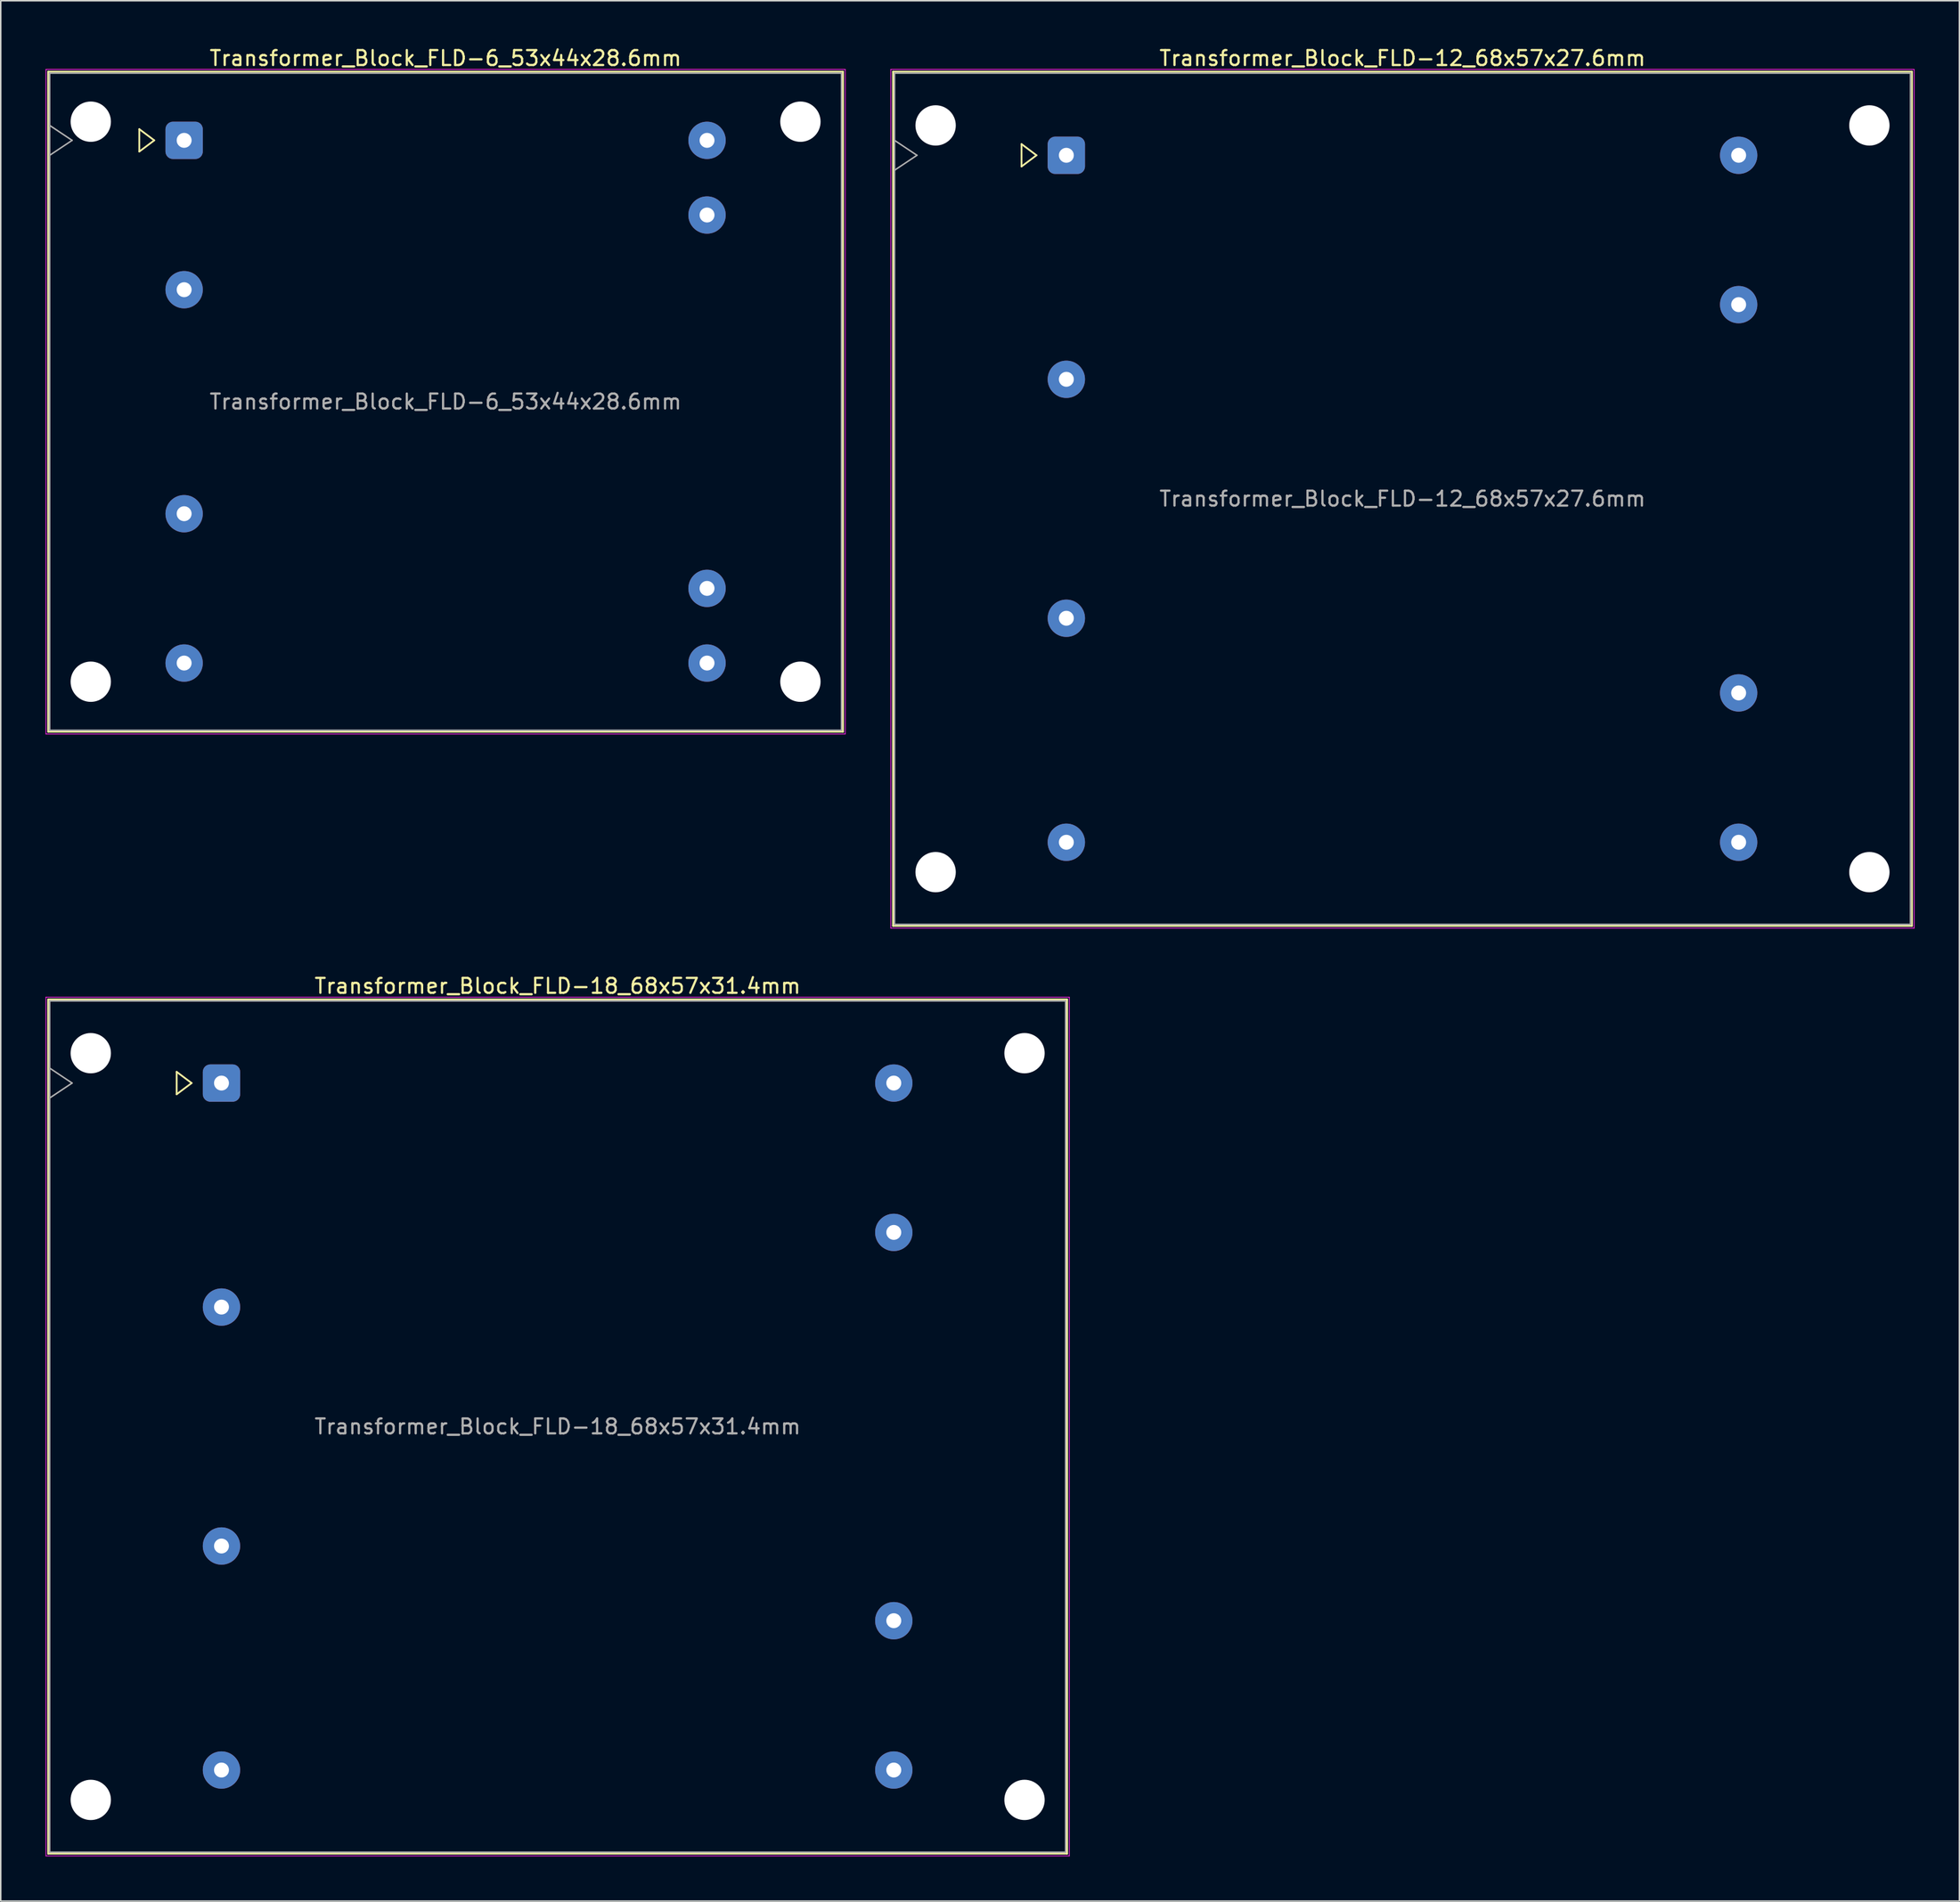
<source format=kicad_pcb>
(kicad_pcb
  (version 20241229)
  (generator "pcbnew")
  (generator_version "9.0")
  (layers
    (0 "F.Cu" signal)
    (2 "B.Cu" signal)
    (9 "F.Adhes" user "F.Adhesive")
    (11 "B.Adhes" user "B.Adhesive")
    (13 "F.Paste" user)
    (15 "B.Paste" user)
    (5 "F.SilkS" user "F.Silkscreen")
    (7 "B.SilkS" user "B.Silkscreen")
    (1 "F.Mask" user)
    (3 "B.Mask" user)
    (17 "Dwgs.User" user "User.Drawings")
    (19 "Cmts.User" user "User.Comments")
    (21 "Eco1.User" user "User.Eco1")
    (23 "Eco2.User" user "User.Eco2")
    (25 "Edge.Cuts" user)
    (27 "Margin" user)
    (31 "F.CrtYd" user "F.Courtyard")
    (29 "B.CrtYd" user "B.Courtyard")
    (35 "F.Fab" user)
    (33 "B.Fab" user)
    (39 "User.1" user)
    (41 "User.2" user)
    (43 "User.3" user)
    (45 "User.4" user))
  (footprint "Transformer_Block_FLD-12_68x57x27.6mm"
    (layer "F.Cu")
    (at 68.325 7.348)
    (property "Reference" "Transformer_Block_FLD-12_68x57x27.6mm" (at 22.5 -6.5 0) (layer "F.SilkS") (effects (font (size 1 1) (thickness 0.15))))
    (attr through_hole)
    (fp_line (start -11.6 -5.6) (end -11.6 51.6) (stroke (width 0.12) (type solid)) (layer "F.SilkS"))
    (fp_line (start -11.6 51.6) (end 56.6 51.6) (stroke (width 0.12) (type solid)) (layer "F.SilkS"))
    (fp_line (start -3 -0.75) (end -2 0) (stroke (width 0.12) (type solid)) (layer "F.SilkS"))
    (fp_line (start -3 0.75) (end -3 -0.75) (stroke (width 0.12) (type solid)) (layer "F.SilkS"))
    (fp_line (start -2 0) (end -3 0.75) (stroke (width 0.12) (type solid)) (layer "F.SilkS"))
    (fp_line (start 56.6 -5.6) (end -11.6 -5.6) (stroke (width 0.12) (type solid)) (layer "F.SilkS"))
    (fp_line (start 56.6 51.6) (end 56.6 -5.6) (stroke (width 0.12) (type solid)) (layer "F.SilkS"))
    (fp_line (start -11.75 -5.75) (end -11.75 51.75) (stroke (width 0.05) (type solid)) (layer "F.CrtYd"))
    (fp_line (start -11.75 51.75) (end 56.75 51.75) (stroke (width 0.05) (type solid)) (layer "F.CrtYd"))
    (fp_line (start 56.75 -5.75) (end -11.75 -5.75) (stroke (width 0.05) (type solid)) (layer "F.CrtYd"))
    (fp_line (start 56.75 51.75) (end 56.75 -5.75) (stroke (width 0.05) (type solid)) (layer "F.CrtYd"))
    (fp_line (start -11.5 -5.5) (end -11.5 51.5) (stroke (width 0.1) (type solid)) (layer "F.Fab"))
    (fp_line (start -11.5 -1) (end -10 0) (stroke (width 0.1) (type solid)) (layer "F.Fab"))
    (fp_line (start -11.5 51.5) (end 56.5 51.5) (stroke (width 0.1) (type solid)) (layer "F.Fab"))
    (fp_line (start -10 0) (end -11.5 1) (stroke (width 0.1) (type solid)) (layer "F.Fab"))
    (fp_line (start 56.5 -5.5) (end -11.5 -5.5) (stroke (width 0.1) (type solid)) (layer "F.Fab"))
    (fp_line (start 56.5 51.5) (end 56.5 -5.5) (stroke (width 0.1) (type solid)) (layer "F.Fab"))
    (fp_text user "${REFERENCE}" (at 22.5 23 0) (layer "F.Fab") (effects (font (size 1 1) (thickness 0.15))))
    (pad "" np_thru_hole circle (at -8.75 -2) (size 2.7 2.7) (drill 2.7) (layers "*.Cu" "*.Mask"))
    (pad "" np_thru_hole circle (at -8.75 48) (size 2.7 2.7) (drill 2.7) (layers "*.Cu" "*.Mask"))
    (pad "" np_thru_hole circle (at 53.75 -2) (size 2.7 2.7) (drill 2.7) (layers "*.Cu" "*.Mask"))
    (pad "" np_thru_hole circle (at 53.75 48) (size 2.7 2.7) (drill 2.7) (layers "*.Cu" "*.Mask"))
    (pad "1" thru_hole roundrect (at 0 0) (size 2.5 2.5) (drill 1) (layers "*.Cu" "*.Mask") (roundrect_rratio 0.2))
    (pad "2" thru_hole circle (at 0 15) (size 2.5 2.5) (drill 1) (layers "*.Cu" "*.Mask"))
    (pad "3" thru_hole circle (at 0 31) (size 2.5 2.5) (drill 1) (layers "*.Cu" "*.Mask"))
    (pad "4" thru_hole circle (at 0 46) (size 2.5 2.5) (drill 1) (layers "*.Cu" "*.Mask"))
    (pad "5" thru_hole circle (at 45 46) (size 2.5 2.5) (drill 1) (layers "*.Cu" "*.Mask"))
    (pad "6" thru_hole circle (at 45 36) (size 2.5 2.5) (drill 1) (layers "*.Cu" "*.Mask"))
    (pad "7" thru_hole circle (at 45 10) (size 2.5 2.5) (drill 1) (layers "*.Cu" "*.Mask"))
    (pad "8" thru_hole circle (at 45 0) (size 2.5 2.5) (drill 1) (layers "*.Cu" "*.Mask")))
  (footprint "Transformer_Block_FLD-6_53x44x28.6mm"
    (layer "F.Cu")
    (at 9.275 6.348)
    (property "Reference" "Transformer_Block_FLD-6_53x44x28.6mm" (at 17.5 -5.5 0) (layer "F.SilkS") (effects (font (size 1 1) (thickness 0.15))))
    (attr through_hole)
    (fp_line (start -9.1 -4.6) (end -9.1 39.6) (stroke (width 0.12) (type solid)) (layer "F.SilkS"))
    (fp_line (start -9.1 39.6) (end 44.1 39.6) (stroke (width 0.12) (type solid)) (layer "F.SilkS"))
    (fp_line (start -3 -0.75) (end -2 0) (stroke (width 0.12) (type solid)) (layer "F.SilkS"))
    (fp_line (start -3 0.75) (end -3 -0.75) (stroke (width 0.12) (type solid)) (layer "F.SilkS"))
    (fp_line (start -2 0) (end -3 0.75) (stroke (width 0.12) (type solid)) (layer "F.SilkS"))
    (fp_line (start 44.1 -4.6) (end -9.1 -4.6) (stroke (width 0.12) (type solid)) (layer "F.SilkS"))
    (fp_line (start 44.1 39.6) (end 44.1 -4.6) (stroke (width 0.12) (type solid)) (layer "F.SilkS"))
    (fp_line (start -9.25 -4.75) (end -9.25 39.75) (stroke (width 0.05) (type solid)) (layer "F.CrtYd"))
    (fp_line (start -9.25 39.75) (end 44.25 39.75) (stroke (width 0.05) (type solid)) (layer "F.CrtYd"))
    (fp_line (start 44.25 -4.75) (end -9.25 -4.75) (stroke (width 0.05) (type solid)) (layer "F.CrtYd"))
    (fp_line (start 44.25 39.75) (end 44.25 -4.75) (stroke (width 0.05) (type solid)) (layer "F.CrtYd"))
    (fp_line (start -9 -4.5) (end -9 39.5) (stroke (width 0.1) (type solid)) (layer "F.Fab"))
    (fp_line (start -9 -1) (end -7.5 0) (stroke (width 0.1) (type solid)) (layer "F.Fab"))
    (fp_line (start -9 39.5) (end 44 39.5) (stroke (width 0.1) (type solid)) (layer "F.Fab"))
    (fp_line (start -7.5 0) (end -9 1) (stroke (width 0.1) (type solid)) (layer "F.Fab"))
    (fp_line (start 44 -4.5) (end -9 -4.5) (stroke (width 0.1) (type solid)) (layer "F.Fab"))
    (fp_line (start 44 39.5) (end 44 -4.5) (stroke (width 0.1) (type solid)) (layer "F.Fab"))
    (fp_text user "${REFERENCE}" (at 17.5 17.5 0) (layer "F.Fab") (effects (font (size 1 1) (thickness 0.15))))
    (pad "" np_thru_hole circle (at -6.25 -1.25) (size 2.7 2.7) (drill 2.7) (layers "*.Cu" "*.Mask"))
    (pad "" np_thru_hole circle (at -6.25 36.25) (size 2.7 2.7) (drill 2.7) (layers "*.Cu" "*.Mask"))
    (pad "" np_thru_hole circle (at 41.25 -1.25) (size 2.7 2.7) (drill 2.7) (layers "*.Cu" "*.Mask"))
    (pad "" np_thru_hole circle (at 41.25 36.25) (size 2.7 2.7) (drill 2.7) (layers "*.Cu" "*.Mask"))
    (pad "1" thru_hole roundrect (at 0 0) (size 2.5 2.5) (drill 1) (layers "*.Cu" "*.Mask") (roundrect_rratio 0.2))
    (pad "2" thru_hole circle (at 0 10) (size 2.5 2.5) (drill 1) (layers "*.Cu" "*.Mask"))
    (pad "3" thru_hole circle (at 0 25) (size 2.5 2.5) (drill 1) (layers "*.Cu" "*.Mask"))
    (pad "4" thru_hole circle (at 0 35) (size 2.5 2.5) (drill 1) (layers "*.Cu" "*.Mask"))
    (pad "5" thru_hole circle (at 35 35) (size 2.5 2.5) (drill 1) (layers "*.Cu" "*.Mask"))
    (pad "6" thru_hole circle (at 35 30) (size 2.5 2.5) (drill 1) (layers "*.Cu" "*.Mask"))
    (pad "7" thru_hole circle (at 35 5) (size 2.5 2.5) (drill 1) (layers "*.Cu" "*.Mask"))
    (pad "8" thru_hole circle (at 35 0) (size 2.5 2.5) (drill 1) (layers "*.Cu" "*.Mask")))
  (footprint "Transformer_Block_FLD-18_68x57x31.4mm"
    (layer "F.Cu")
    (at 11.775 69.472)
    (property "Reference" "Transformer_Block_FLD-18_68x57x31.4mm" (at 22.5 -6.5 0) (layer "F.SilkS") (effects (font (size 1 1) (thickness 0.15))))
    (attr through_hole)
    (fp_line (start -11.6 -5.6) (end -11.6 51.6) (stroke (width 0.12) (type solid)) (layer "F.SilkS"))
    (fp_line (start -11.6 51.6) (end 56.6 51.6) (stroke (width 0.12) (type solid)) (layer "F.SilkS"))
    (fp_line (start -3 -0.75) (end -2 0) (stroke (width 0.12) (type solid)) (layer "F.SilkS"))
    (fp_line (start -3 0.75) (end -3 -0.75) (stroke (width 0.12) (type solid)) (layer "F.SilkS"))
    (fp_line (start -2 0) (end -3 0.75) (stroke (width 0.12) (type solid)) (layer "F.SilkS"))
    (fp_line (start 56.6 -5.6) (end -11.6 -5.6) (stroke (width 0.12) (type solid)) (layer "F.SilkS"))
    (fp_line (start 56.6 51.6) (end 56.6 -5.6) (stroke (width 0.12) (type solid)) (layer "F.SilkS"))
    (fp_line (start -11.75 -5.75) (end -11.75 51.75) (stroke (width 0.05) (type solid)) (layer "F.CrtYd"))
    (fp_line (start -11.75 51.75) (end 56.75 51.75) (stroke (width 0.05) (type solid)) (layer "F.CrtYd"))
    (fp_line (start 56.75 -5.75) (end -11.75 -5.75) (stroke (width 0.05) (type solid)) (layer "F.CrtYd"))
    (fp_line (start 56.75 51.75) (end 56.75 -5.75) (stroke (width 0.05) (type solid)) (layer "F.CrtYd"))
    (fp_line (start -11.5 -5.5) (end -11.5 51.5) (stroke (width 0.1) (type solid)) (layer "F.Fab"))
    (fp_line (start -11.5 -1) (end -10 0) (stroke (width 0.1) (type solid)) (layer "F.Fab"))
    (fp_line (start -11.5 51.5) (end 56.5 51.5) (stroke (width 0.1) (type solid)) (layer "F.Fab"))
    (fp_line (start -10 0) (end -11.5 1) (stroke (width 0.1) (type solid)) (layer "F.Fab"))
    (fp_line (start 56.5 -5.5) (end -11.5 -5.5) (stroke (width 0.1) (type solid)) (layer "F.Fab"))
    (fp_line (start 56.5 51.5) (end 56.5 -5.5) (stroke (width 0.1) (type solid)) (layer "F.Fab"))
    (fp_text user "${REFERENCE}" (at 22.5 23 0) (layer "F.Fab") (effects (font (size 1 1) (thickness 0.15))))
    (pad "" np_thru_hole circle (at -8.75 -2) (size 2.7 2.7) (drill 2.7) (layers "*.Cu" "*.Mask"))
    (pad "" np_thru_hole circle (at -8.75 48) (size 2.7 2.7) (drill 2.7) (layers "*.Cu" "*.Mask"))
    (pad "" np_thru_hole circle (at 53.75 -2) (size 2.7 2.7) (drill 2.7) (layers "*.Cu" "*.Mask"))
    (pad "" np_thru_hole circle (at 53.75 48) (size 2.7 2.7) (drill 2.7) (layers "*.Cu" "*.Mask"))
    (pad "1" thru_hole roundrect (at 0 0) (size 2.5 2.5) (drill 1) (layers "*.Cu" "*.Mask") (roundrect_rratio 0.2))
    (pad "2" thru_hole circle (at 0 15) (size 2.5 2.5) (drill 1) (layers "*.Cu" "*.Mask"))
    (pad "3" thru_hole circle (at 0 31) (size 2.5 2.5) (drill 1) (layers "*.Cu" "*.Mask"))
    (pad "4" thru_hole circle (at 0 46) (size 2.5 2.5) (drill 1) (layers "*.Cu" "*.Mask"))
    (pad "5" thru_hole circle (at 45 46) (size 2.5 2.5) (drill 1) (layers "*.Cu" "*.Mask"))
    (pad "6" thru_hole circle (at 45 36) (size 2.5 2.5) (drill 1) (layers "*.Cu" "*.Mask"))
    (pad "7" thru_hole circle (at 45 10) (size 2.5 2.5) (drill 1) (layers "*.Cu" "*.Mask"))
    (pad "8" thru_hole circle (at 45 0) (size 2.5 2.5) (drill 1) (layers "*.Cu" "*.Mask")))
  (gr_rect
    (start -3 -3)
    (end 128.1 124.246)
    (stroke (width 0.1) (type default))
    (fill no)
    (layer "Edge.Cuts")))
</source>
